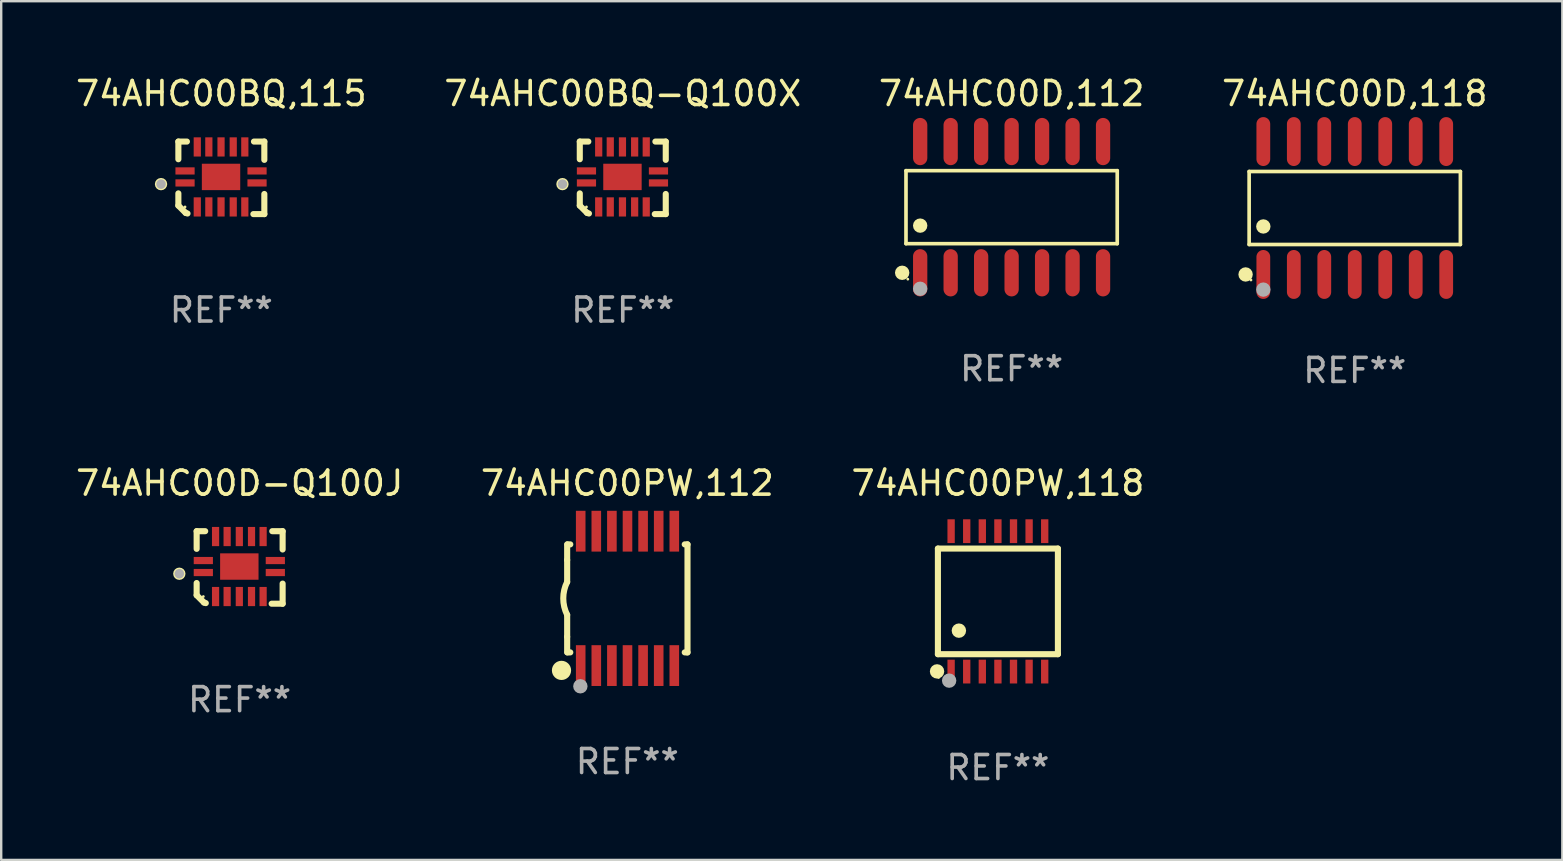
<source format=kicad_pcb>
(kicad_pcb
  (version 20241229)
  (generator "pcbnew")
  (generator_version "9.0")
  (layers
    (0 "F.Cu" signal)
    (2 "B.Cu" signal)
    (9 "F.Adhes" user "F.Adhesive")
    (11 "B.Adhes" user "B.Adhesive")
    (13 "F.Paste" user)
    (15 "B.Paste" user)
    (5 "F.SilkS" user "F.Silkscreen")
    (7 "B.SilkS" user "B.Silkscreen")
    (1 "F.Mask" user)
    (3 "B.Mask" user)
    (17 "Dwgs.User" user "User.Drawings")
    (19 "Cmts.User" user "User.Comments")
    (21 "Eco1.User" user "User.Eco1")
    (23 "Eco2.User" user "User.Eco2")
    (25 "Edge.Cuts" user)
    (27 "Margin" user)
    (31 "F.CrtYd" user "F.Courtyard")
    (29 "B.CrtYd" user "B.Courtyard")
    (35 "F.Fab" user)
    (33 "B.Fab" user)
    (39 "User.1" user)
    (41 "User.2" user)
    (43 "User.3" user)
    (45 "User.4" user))
  (footprint "74AHC00BQ,115"
    (layer "F.Cu")
    (at 6.173 4.36)
    (property "Reference" "74AHC00BQ,115" (at 0 -3.511 0) (layer "F.SilkS") (effects (font (size 1 1) (thickness 0.15))))
    (attr through_hole)
    (fp_line (start -1.791 -1.511) (end -1.435 -1.511) (stroke (width 0.254) (type solid)) (layer "F.SilkS"))
    (fp_line (start -1.791 -0.775) (end -1.791 -1.511) (stroke (width 0.254) (type solid)) (layer "F.SilkS"))
    (fp_line (start -1.791 1.156) (end -1.791 0.648) (stroke (width 0.254) (type solid)) (layer "F.SilkS"))
    (fp_line (start -1.486 1.461) (end -1.791 1.156) (stroke (width 0.254) (type solid)) (layer "F.SilkS"))
    (fp_line (start -1.41 1.486) (end -1.486 1.461) (stroke (width 0.254) (type solid)) (layer "F.SilkS"))
    (fp_line (start 1.334 1.511) (end 1.791 1.511) (stroke (width 0.254) (type solid)) (layer "F.SilkS"))
    (fp_line (start 1.791 -1.511) (end 1.359 -1.511) (stroke (width 0.254) (type solid)) (layer "F.SilkS"))
    (fp_line (start 1.791 -0.749) (end 1.791 -1.511) (stroke (width 0.254) (type solid)) (layer "F.SilkS"))
    (fp_line (start 1.791 1.511) (end 1.791 0.673) (stroke (width 0.254) (type solid)) (layer "F.SilkS"))
    (fp_circle (center -2.513 0.262) (end -2.383 0.262) (stroke (width 0.254) (type solid)) (fill no) (layer "F.SilkS"))
    (fp_circle (center -1.513 1.212) (end -1.483 1.212) (stroke (width 0.06) (type solid)) (fill no) (layer "F.SilkS"))
    (fp_circle (center -2.513 0.262) (end -2.413 0.262) (stroke (width 0.2) (type solid)) (fill no) (layer "F.Fab"))
    (fp_text user "REF**" (at 0 5.511 0) (layer "F.Fab") (effects (font (size 1 1) (thickness 0.15))))
    (pad "1" smd rect (at -1.513 0.212) (size 0.8 0.3) (layers "F.Cu" "F.Mask" "F.Paste"))
    (pad "2" smd rect (at -1.003 1.212) (size 0.3 0.8) (layers "F.Cu" "F.Mask" "F.Paste"))
    (pad "3" smd rect (at -0.521 1.212) (size 0.3 0.8) (layers "F.Cu" "F.Mask" "F.Paste"))
    (pad "4" smd rect (at -0.013 1.212) (size 0.3 0.8) (layers "F.Cu" "F.Mask" "F.Paste"))
    (pad "5" smd rect (at 0.495 1.212) (size 0.3 0.8) (layers "F.Cu" "F.Mask" "F.Paste"))
    (pad "6" smd rect (at 0.978 1.212) (size 0.3 0.8) (layers "F.Cu" "F.Mask" "F.Paste"))
    (pad "7" smd rect (at 1.487 0.212) (size 0.8 0.3) (layers "F.Cu" "F.Mask" "F.Paste"))
    (pad "8" smd rect (at 1.487 -0.288) (size 0.8 0.3) (layers "F.Cu" "F.Mask" "F.Paste"))
    (pad "9" smd rect (at 0.978 -1.288) (size 0.3 0.8) (layers "F.Cu" "F.Mask" "F.Paste"))
    (pad "10" smd rect (at 0.495 -1.288) (size 0.3 0.8) (layers "F.Cu" "F.Mask" "F.Paste"))
    (pad "11" smd rect (at -0.013 -1.288) (size 0.3 0.8) (layers "F.Cu" "F.Mask" "F.Paste"))
    (pad "12" smd rect (at -0.521 -1.288) (size 0.3 0.8) (layers "F.Cu" "F.Mask" "F.Paste"))
    (pad "13" smd rect (at -1.003 -1.288) (size 0.3 0.8) (layers "F.Cu" "F.Mask" "F.Paste"))
    (pad "14" smd rect (at -1.513 -0.288) (size 0.8 0.3) (layers "F.Cu" "F.Mask" "F.Paste"))
    (pad "15" smd rect (at -0.013 -0.038 90) (size 1.1 1.6) (layers "F.Cu" "F.Mask" "F.Paste")))
  (footprint "74AHC00PW,112"
    (layer "F.Cu")
    (at 23.089 21.883)
    (property "Reference" "74AHC00PW,112" (at 0 -4.8 0) (layer "F.SilkS") (effects (font (size 1 1) (thickness 0.15))))
    (attr through_hole)
    (fp_line (start -2.507 -1.6) (end -2.507 -2.25) (stroke (width 0.254) (type solid)) (layer "F.SilkS"))
    (fp_line (start -2.507 -0.686) (end -2.507 -1.6) (stroke (width 0.254) (type solid)) (layer "F.SilkS"))
    (fp_line (start -2.507 1.6) (end -2.507 0.686) (stroke (width 0.254) (type solid)) (layer "F.SilkS"))
    (fp_line (start -2.507 1.6) (end -2.507 2.25) (stroke (width 0.254) (type solid)) (layer "F.SilkS"))
    (fp_line (start -2.493 -2.25) (end -2.377 -2.25) (stroke (width 0.254) (type solid)) (layer "F.SilkS"))
    (fp_line (start -2.377 2.25) (end -2.493 2.25) (stroke (width 0.254) (type solid)) (layer "F.SilkS"))
    (fp_line (start 2.392 -2.25) (end 2.507 -2.25) (stroke (width 0.254) (type solid)) (layer "F.SilkS"))
    (fp_line (start 2.507 -2.25) (end 2.507 2.25) (stroke (width 0.254) (type solid)) (layer "F.SilkS"))
    (fp_line (start 2.507 2.25) (end 2.392 2.25) (stroke (width 0.254) (type solid)) (layer "F.SilkS"))
    (fp_arc (start -2.507303 0.685802) (mid -2.669199 0) (end -2.507303 -0.685801) (stroke (width 0.254001) (type solid)) (layer "F.SilkS"))
    (fp_circle (center -2.743 3) (end -2.543 3) (stroke (width 0.4) (type solid)) (fill no) (layer "F.SilkS"))
    (fp_circle (center -2.493 3.2) (end -2.463 3.2) (stroke (width 0.06) (type solid)) (fill no) (layer "F.SilkS"))
    (fp_circle (center -1.957 3.662) (end -1.807 3.662) (stroke (width 0.3) (type solid)) (fill no) (layer "F.Fab"))
    (fp_text user "REF**" (at 0 6.8 0) (layer "F.Fab") (effects (font (size 1 1) (thickness 0.15))))
    (pad "1" smd rect (at -1.943 2.8) (size 0.4 1.7) (layers "F.Cu" "F.Mask" "F.Paste"))
    (pad "2" smd rect (at -1.293 2.8) (size 0.4 1.7) (layers "F.Cu" "F.Mask" "F.Paste"))
    (pad "3" smd rect (at -0.643 2.8) (size 0.4 1.7) (layers "F.Cu" "F.Mask" "F.Paste"))
    (pad "4" smd rect (at 0.007 2.8) (size 0.4 1.7) (layers "F.Cu" "F.Mask" "F.Paste"))
    (pad "5" smd rect (at 0.657 2.8) (size 0.4 1.7) (layers "F.Cu" "F.Mask" "F.Paste"))
    (pad "6" smd rect (at 1.307 2.8) (size 0.4 1.7) (layers "F.Cu" "F.Mask" "F.Paste"))
    (pad "7" smd rect (at 1.957 2.8) (size 0.4 1.7) (layers "F.Cu" "F.Mask" "F.Paste"))
    (pad "8" smd rect (at 1.957 -2.8) (size 0.4 1.7) (layers "F.Cu" "F.Mask" "F.Paste"))
    (pad "9" smd rect (at 1.307 -2.8) (size 0.4 1.7) (layers "F.Cu" "F.Mask" "F.Paste"))
    (pad "10" smd rect (at 0.657 -2.8) (size 0.4 1.7) (layers "F.Cu" "F.Mask" "F.Paste"))
    (pad "11" smd rect (at 0.007 -2.8) (size 0.4 1.7) (layers "F.Cu" "F.Mask" "F.Paste"))
    (pad "12" smd rect (at -0.643 -2.8) (size 0.4 1.7) (layers "F.Cu" "F.Mask" "F.Paste"))
    (pad "13" smd rect (at -1.293 -2.8) (size 0.4 1.7) (layers "F.Cu" "F.Mask" "F.Paste"))
    (pad "14" smd rect (at -1.943 -2.8) (size 0.4 1.7) (layers "F.Cu" "F.Mask" "F.Paste")))
  (footprint "74AHC00BQ-Q100X"
    (layer "F.Cu")
    (at 22.899 4.36)
    (property "Reference" "74AHC00BQ-Q100X" (at 0 -3.511 0) (layer "F.SilkS") (effects (font (size 1 1) (thickness 0.15))))
    (attr through_hole)
    (fp_line (start -1.791 -1.511) (end -1.435 -1.511) (stroke (width 0.254) (type solid)) (layer "F.SilkS"))
    (fp_line (start -1.791 -0.775) (end -1.791 -1.511) (stroke (width 0.254) (type solid)) (layer "F.SilkS"))
    (fp_line (start -1.791 1.156) (end -1.791 0.648) (stroke (width 0.254) (type solid)) (layer "F.SilkS"))
    (fp_line (start -1.486 1.461) (end -1.791 1.156) (stroke (width 0.254) (type solid)) (layer "F.SilkS"))
    (fp_line (start -1.41 1.486) (end -1.486 1.461) (stroke (width 0.254) (type solid)) (layer "F.SilkS"))
    (fp_line (start 1.334 1.511) (end 1.791 1.511) (stroke (width 0.254) (type solid)) (layer "F.SilkS"))
    (fp_line (start 1.791 -1.511) (end 1.359 -1.511) (stroke (width 0.254) (type solid)) (layer "F.SilkS"))
    (fp_line (start 1.791 -0.749) (end 1.791 -1.511) (stroke (width 0.254) (type solid)) (layer "F.SilkS"))
    (fp_line (start 1.791 1.511) (end 1.791 0.673) (stroke (width 0.254) (type solid)) (layer "F.SilkS"))
    (fp_circle (center -2.513 0.262) (end -2.383 0.262) (stroke (width 0.254) (type solid)) (fill no) (layer "F.SilkS"))
    (fp_circle (center -1.513 1.212) (end -1.483 1.212) (stroke (width 0.06) (type solid)) (fill no) (layer "F.SilkS"))
    (fp_circle (center -2.513 0.262) (end -2.413 0.262) (stroke (width 0.2) (type solid)) (fill no) (layer "F.Fab"))
    (fp_text user "REF**" (at 0 5.511 0) (layer "F.Fab") (effects (font (size 1 1) (thickness 0.15))))
    (pad "1" smd rect (at -1.513 0.212) (size 0.8 0.3) (layers "F.Cu" "F.Mask" "F.Paste"))
    (pad "2" smd rect (at -1.003 1.212) (size 0.3 0.8) (layers "F.Cu" "F.Mask" "F.Paste"))
    (pad "3" smd rect (at -0.521 1.212) (size 0.3 0.8) (layers "F.Cu" "F.Mask" "F.Paste"))
    (pad "4" smd rect (at -0.013 1.212) (size 0.3 0.8) (layers "F.Cu" "F.Mask" "F.Paste"))
    (pad "5" smd rect (at 0.495 1.212) (size 0.3 0.8) (layers "F.Cu" "F.Mask" "F.Paste"))
    (pad "6" smd rect (at 0.978 1.212) (size 0.3 0.8) (layers "F.Cu" "F.Mask" "F.Paste"))
    (pad "7" smd rect (at 1.487 0.212) (size 0.8 0.3) (layers "F.Cu" "F.Mask" "F.Paste"))
    (pad "8" smd rect (at 1.487 -0.288) (size 0.8 0.3) (layers "F.Cu" "F.Mask" "F.Paste"))
    (pad "9" smd rect (at 0.978 -1.288) (size 0.3 0.8) (layers "F.Cu" "F.Mask" "F.Paste"))
    (pad "10" smd rect (at 0.495 -1.288) (size 0.3 0.8) (layers "F.Cu" "F.Mask" "F.Paste"))
    (pad "11" smd rect (at -0.013 -1.288) (size 0.3 0.8) (layers "F.Cu" "F.Mask" "F.Paste"))
    (pad "12" smd rect (at -0.521 -1.288) (size 0.3 0.8) (layers "F.Cu" "F.Mask" "F.Paste"))
    (pad "13" smd rect (at -1.003 -1.288) (size 0.3 0.8) (layers "F.Cu" "F.Mask" "F.Paste"))
    (pad "14" smd rect (at -1.513 -0.288) (size 0.8 0.3) (layers "F.Cu" "F.Mask" "F.Paste"))
    (pad "15" smd rect (at -0.013 -0.038 90) (size 1.1 1.6) (layers "F.Cu" "F.Mask" "F.Paste")))
  (footprint "74AHC00D,118"
    (layer "F.Cu")
    (at 53.399 5.617)
    (property "Reference" "74AHC00D,118" (at 0 -4.769 0) (layer "F.SilkS") (effects (font (size 1 1) (thickness 0.15))))
    (attr through_hole)
    (fp_line (start -4.401 -1.521) (end 4.401 -1.521) (stroke (width 0.152) (type solid)) (layer "F.SilkS"))
    (fp_line (start -4.401 1.521) (end -4.401 -1.521) (stroke (width 0.152) (type solid)) (layer "F.SilkS"))
    (fp_line (start 4.401 -1.521) (end 4.401 1.521) (stroke (width 0.152) (type solid)) (layer "F.SilkS"))
    (fp_line (start 4.401 1.521) (end -4.401 1.521) (stroke (width 0.152) (type solid)) (layer "F.SilkS"))
    (fp_circle (center -4.549 2.769) (end -4.399 2.769) (stroke (width 0.3) (type solid)) (fill no) (layer "F.SilkS"))
    (fp_circle (center -4.325 3) (end -4.295 3) (stroke (width 0.06) (type solid)) (fill no) (layer "F.SilkS"))
    (fp_circle (center -3.81 0.769) (end -3.66 0.769) (stroke (width 0.3) (type solid)) (fill no) (layer "F.SilkS"))
    (fp_circle (center -3.81 3.4) (end -3.66 3.4) (stroke (width 0.3) (type solid)) (fill no) (layer "F.Fab"))
    (fp_text user "REF**" (at 0 6.769 0) (layer "F.Fab") (effects (font (size 1 1) (thickness 0.15))))
    (pad "1" smd oval (at -3.81 2.769) (size 0.574 2.038) (layers "F.Cu" "F.Mask" "F.Paste"))
    (pad "2" smd oval (at -2.54 2.769) (size 0.574 2.038) (layers "F.Cu" "F.Mask" "F.Paste"))
    (pad "3" smd oval (at -1.27 2.769) (size 0.574 2.038) (layers "F.Cu" "F.Mask" "F.Paste"))
    (pad "4" smd oval (at 0 2.769) (size 0.574 2.038) (layers "F.Cu" "F.Mask" "F.Paste"))
    (pad "5" smd oval (at 1.27 2.769) (size 0.574 2.038) (layers "F.Cu" "F.Mask" "F.Paste"))
    (pad "6" smd oval (at 2.54 2.769) (size 0.574 2.038) (layers "F.Cu" "F.Mask" "F.Paste"))
    (pad "7" smd oval (at 3.81 2.769) (size 0.574 2.038) (layers "F.Cu" "F.Mask" "F.Paste"))
    (pad "8" smd oval (at 3.81 -2.769) (size 0.574 2.038) (layers "F.Cu" "F.Mask" "F.Paste"))
    (pad "9" smd oval (at 2.54 -2.769) (size 0.574 2.038) (layers "F.Cu" "F.Mask" "F.Paste"))
    (pad "10" smd oval (at 1.27 -2.769) (size 0.574 2.038) (layers "F.Cu" "F.Mask" "F.Paste"))
    (pad "11" smd oval (at 0 -2.769) (size 0.574 2.038) (layers "F.Cu" "F.Mask" "F.Paste"))
    (pad "12" smd oval (at -1.27 -2.769) (size 0.574 2.038) (layers "F.Cu" "F.Mask" "F.Paste"))
    (pad "13" smd oval (at -2.54 -2.769) (size 0.574 2.038) (layers "F.Cu" "F.Mask" "F.Paste"))
    (pad "14" smd oval (at -3.81 -2.769) (size 0.574 2.038) (layers "F.Cu" "F.Mask" "F.Paste")))
  (footprint "74AHC00PW,118"
    (layer "F.Cu")
    (at 38.53 22.008)
    (property "Reference" "74AHC00PW,118" (at 0 -4.925 0) (layer "F.SilkS") (effects (font (size 1 1) (thickness 0.15))))
    (attr through_hole)
    (fp_line (start -2.5 2.2) (end -2.5 -2.2) (stroke (width 0.254) (type solid)) (layer "F.SilkS"))
    (fp_line (start -2.5 2.2) (end 2.5 2.2) (stroke (width 0.254) (type solid)) (layer "F.SilkS"))
    (fp_line (start 2.5 -2.2) (end -2.5 -2.2) (stroke (width 0.254) (type solid)) (layer "F.SilkS"))
    (fp_line (start 2.5 -2.2) (end 2.5 2.2) (stroke (width 0.254) (type solid)) (layer "F.SilkS"))
    (fp_circle (center -2.536 2.917) (end -2.386 2.917) (stroke (width 0.3) (type solid)) (fill no) (layer "F.SilkS"))
    (fp_circle (center -2.47 3.17) (end -2.44 3.17) (stroke (width 0.06) (type solid)) (fill no) (layer "F.SilkS"))
    (fp_circle (center -1.626 1.219) (end -1.475 1.219) (stroke (width 0.3) (type solid)) (fill no) (layer "F.SilkS"))
    (fp_circle (center -2.032 3.302) (end -1.882 3.302) (stroke (width 0.3) (type solid)) (fill no) (layer "F.Fab"))
    (fp_text user "REF**" (at 0 6.925 0) (layer "F.Fab") (effects (font (size 1 1) (thickness 0.15))))
    (pad "1" smd rect (at -1.95 2.925) (size 0.305 0.991) (layers "F.Cu" "F.Mask" "F.Paste"))
    (pad "2" smd rect (at -1.3 2.925) (size 0.305 0.991) (layers "F.Cu" "F.Mask" "F.Paste"))
    (pad "3" smd rect (at -0.65 2.925) (size 0.305 0.991) (layers "F.Cu" "F.Mask" "F.Paste"))
    (pad "4" smd rect (at 0 2.925) (size 0.305 0.991) (layers "F.Cu" "F.Mask" "F.Paste"))
    (pad "5" smd rect (at 0.65 2.925) (size 0.305 0.991) (layers "F.Cu" "F.Mask" "F.Paste"))
    (pad "6" smd rect (at 1.3 2.925) (size 0.305 0.991) (layers "F.Cu" "F.Mask" "F.Paste"))
    (pad "7" smd rect (at 1.95 2.925) (size 0.305 0.991) (layers "F.Cu" "F.Mask" "F.Paste"))
    (pad "8" smd rect (at 1.95 -2.925) (size 0.305 0.991) (layers "F.Cu" "F.Mask" "F.Paste"))
    (pad "9" smd rect (at 1.3 -2.925) (size 0.305 0.991) (layers "F.Cu" "F.Mask" "F.Paste"))
    (pad "10" smd rect (at 0.65 -2.925) (size 0.305 0.991) (layers "F.Cu" "F.Mask" "F.Paste"))
    (pad "11" smd rect (at 0 -2.925) (size 0.305 0.991) (layers "F.Cu" "F.Mask" "F.Paste"))
    (pad "12" smd rect (at -0.65 -2.925) (size 0.305 0.991) (layers "F.Cu" "F.Mask" "F.Paste"))
    (pad "13" smd rect (at -1.3 -2.925) (size 0.305 0.991) (layers "F.Cu" "F.Mask" "F.Paste"))
    (pad "14" smd rect (at -1.95 -2.925) (size 0.305 0.991) (layers "F.Cu" "F.Mask" "F.Paste")))
  (footprint "74AHC00D,112"
    (layer "F.Cu")
    (at 39.101 5.582)
    (property "Reference" "74AHC00D,112" (at 0 -4.734 0) (layer "F.SilkS") (effects (font (size 1 1) (thickness 0.15))))
    (attr through_hole)
    (fp_line (start -4.401 -1.521) (end 4.401 -1.521) (stroke (width 0.152) (type solid)) (layer "F.SilkS"))
    (fp_line (start -4.401 1.521) (end -4.401 -1.521) (stroke (width 0.152) (type solid)) (layer "F.SilkS"))
    (fp_line (start 4.401 -1.521) (end 4.401 1.521) (stroke (width 0.152) (type solid)) (layer "F.SilkS"))
    (fp_line (start 4.401 1.521) (end -4.401 1.521) (stroke (width 0.152) (type solid)) (layer "F.SilkS"))
    (fp_circle (center -4.56 2.734) (end -4.41 2.734) (stroke (width 0.3) (type solid)) (fill no) (layer "F.SilkS"))
    (fp_circle (center -4.325 3) (end -4.295 3) (stroke (width 0.06) (type solid)) (fill no) (layer "F.SilkS"))
    (fp_circle (center -3.81 0.769) (end -3.66 0.769) (stroke (width 0.3) (type solid)) (fill no) (layer "F.SilkS"))
    (fp_circle (center -3.81 3.4) (end -3.66 3.4) (stroke (width 0.3) (type solid)) (fill no) (layer "F.Fab"))
    (fp_text user "REF**" (at 0 6.734 0) (layer "F.Fab") (effects (font (size 1 1) (thickness 0.15))))
    (pad "1" smd oval (at -3.81 2.734) (size 0.595 1.968) (layers "F.Cu" "F.Mask" "F.Paste"))
    (pad "2" smd oval (at -2.54 2.734) (size 0.595 1.968) (layers "F.Cu" "F.Mask" "F.Paste"))
    (pad "3" smd oval (at -1.27 2.734) (size 0.595 1.968) (layers "F.Cu" "F.Mask" "F.Paste"))
    (pad "4" smd oval (at 0 2.734) (size 0.595 1.968) (layers "F.Cu" "F.Mask" "F.Paste"))
    (pad "5" smd oval (at 1.27 2.734) (size 0.595 1.968) (layers "F.Cu" "F.Mask" "F.Paste"))
    (pad "6" smd oval (at 2.54 2.734) (size 0.595 1.968) (layers "F.Cu" "F.Mask" "F.Paste"))
    (pad "7" smd oval (at 3.81 2.734) (size 0.595 1.968) (layers "F.Cu" "F.Mask" "F.Paste"))
    (pad "8" smd oval (at 3.81 -2.734) (size 0.595 1.968) (layers "F.Cu" "F.Mask" "F.Paste"))
    (pad "9" smd oval (at 2.54 -2.734) (size 0.595 1.968) (layers "F.Cu" "F.Mask" "F.Paste"))
    (pad "10" smd oval (at 1.27 -2.734) (size 0.595 1.968) (layers "F.Cu" "F.Mask" "F.Paste"))
    (pad "11" smd oval (at 0 -2.734) (size 0.595 1.968) (layers "F.Cu" "F.Mask" "F.Paste"))
    (pad "12" smd oval (at -1.27 -2.734) (size 0.595 1.968) (layers "F.Cu" "F.Mask" "F.Paste"))
    (pad "13" smd oval (at -2.54 -2.734) (size 0.595 1.968) (layers "F.Cu" "F.Mask" "F.Paste"))
    (pad "14" smd oval (at -3.81 -2.734) (size 0.595 1.968) (layers "F.Cu" "F.Mask" "F.Paste")))
  (footprint "74AHC00D-Q100J"
    (layer "F.Cu")
    (at 6.935 20.594)
    (property "Reference" "74AHC00D-Q100J" (at 0 -3.511 0) (layer "F.SilkS") (effects (font (size 1 1) (thickness 0.15))))
    (attr through_hole)
    (fp_line (start -1.791 -1.511) (end -1.435 -1.511) (stroke (width 0.254) (type solid)) (layer "F.SilkS"))
    (fp_line (start -1.791 -0.775) (end -1.791 -1.511) (stroke (width 0.254) (type solid)) (layer "F.SilkS"))
    (fp_line (start -1.791 1.156) (end -1.791 0.648) (stroke (width 0.254) (type solid)) (layer "F.SilkS"))
    (fp_line (start -1.486 1.461) (end -1.791 1.156) (stroke (width 0.254) (type solid)) (layer "F.SilkS"))
    (fp_line (start -1.41 1.486) (end -1.486 1.461) (stroke (width 0.254) (type solid)) (layer "F.SilkS"))
    (fp_line (start 1.334 1.511) (end 1.791 1.511) (stroke (width 0.254) (type solid)) (layer "F.SilkS"))
    (fp_line (start 1.791 -1.511) (end 1.359 -1.511) (stroke (width 0.254) (type solid)) (layer "F.SilkS"))
    (fp_line (start 1.791 -0.749) (end 1.791 -1.511) (stroke (width 0.254) (type solid)) (layer "F.SilkS"))
    (fp_line (start 1.791 1.511) (end 1.791 0.673) (stroke (width 0.254) (type solid)) (layer "F.SilkS"))
    (fp_circle (center -2.513 0.262) (end -2.383 0.262) (stroke (width 0.254) (type solid)) (fill no) (layer "F.SilkS"))
    (fp_circle (center -1.513 1.212) (end -1.483 1.212) (stroke (width 0.06) (type solid)) (fill no) (layer "F.SilkS"))
    (fp_circle (center -2.513 0.262) (end -2.413 0.262) (stroke (width 0.2) (type solid)) (fill no) (layer "F.Fab"))
    (fp_text user "REF**" (at 0 5.511 0) (layer "F.Fab") (effects (font (size 1 1) (thickness 0.15))))
    (pad "1" smd rect (at -1.513 0.212) (size 0.8 0.3) (layers "F.Cu" "F.Mask" "F.Paste"))
    (pad "2" smd rect (at -1.003 1.212) (size 0.3 0.8) (layers "F.Cu" "F.Mask" "F.Paste"))
    (pad "3" smd rect (at -0.521 1.212) (size 0.3 0.8) (layers "F.Cu" "F.Mask" "F.Paste"))
    (pad "4" smd rect (at -0.013 1.212) (size 0.3 0.8) (layers "F.Cu" "F.Mask" "F.Paste"))
    (pad "5" smd rect (at 0.495 1.212) (size 0.3 0.8) (layers "F.Cu" "F.Mask" "F.Paste"))
    (pad "6" smd rect (at 0.978 1.212) (size 0.3 0.8) (layers "F.Cu" "F.Mask" "F.Paste"))
    (pad "7" smd rect (at 1.487 0.212) (size 0.8 0.3) (layers "F.Cu" "F.Mask" "F.Paste"))
    (pad "8" smd rect (at 1.487 -0.288) (size 0.8 0.3) (layers "F.Cu" "F.Mask" "F.Paste"))
    (pad "9" smd rect (at 0.978 -1.288) (size 0.3 0.8) (layers "F.Cu" "F.Mask" "F.Paste"))
    (pad "10" smd rect (at 0.495 -1.288) (size 0.3 0.8) (layers "F.Cu" "F.Mask" "F.Paste"))
    (pad "11" smd rect (at -0.013 -1.288) (size 0.3 0.8) (layers "F.Cu" "F.Mask" "F.Paste"))
    (pad "12" smd rect (at -0.521 -1.288) (size 0.3 0.8) (layers "F.Cu" "F.Mask" "F.Paste"))
    (pad "13" smd rect (at -1.003 -1.288) (size 0.3 0.8) (layers "F.Cu" "F.Mask" "F.Paste"))
    (pad "14" smd rect (at -1.513 -0.288) (size 0.8 0.3) (layers "F.Cu" "F.Mask" "F.Paste"))
    (pad "15" smd rect (at -0.013 -0.038 90) (size 1.1 1.6) (layers "F.Cu" "F.Mask" "F.Paste")))
  (gr_rect
    (start -3 -3)
    (end 62.048 32.781)
    (stroke (width 0.1) (type default))
    (fill no)
    (layer "Edge.Cuts")))
</source>
